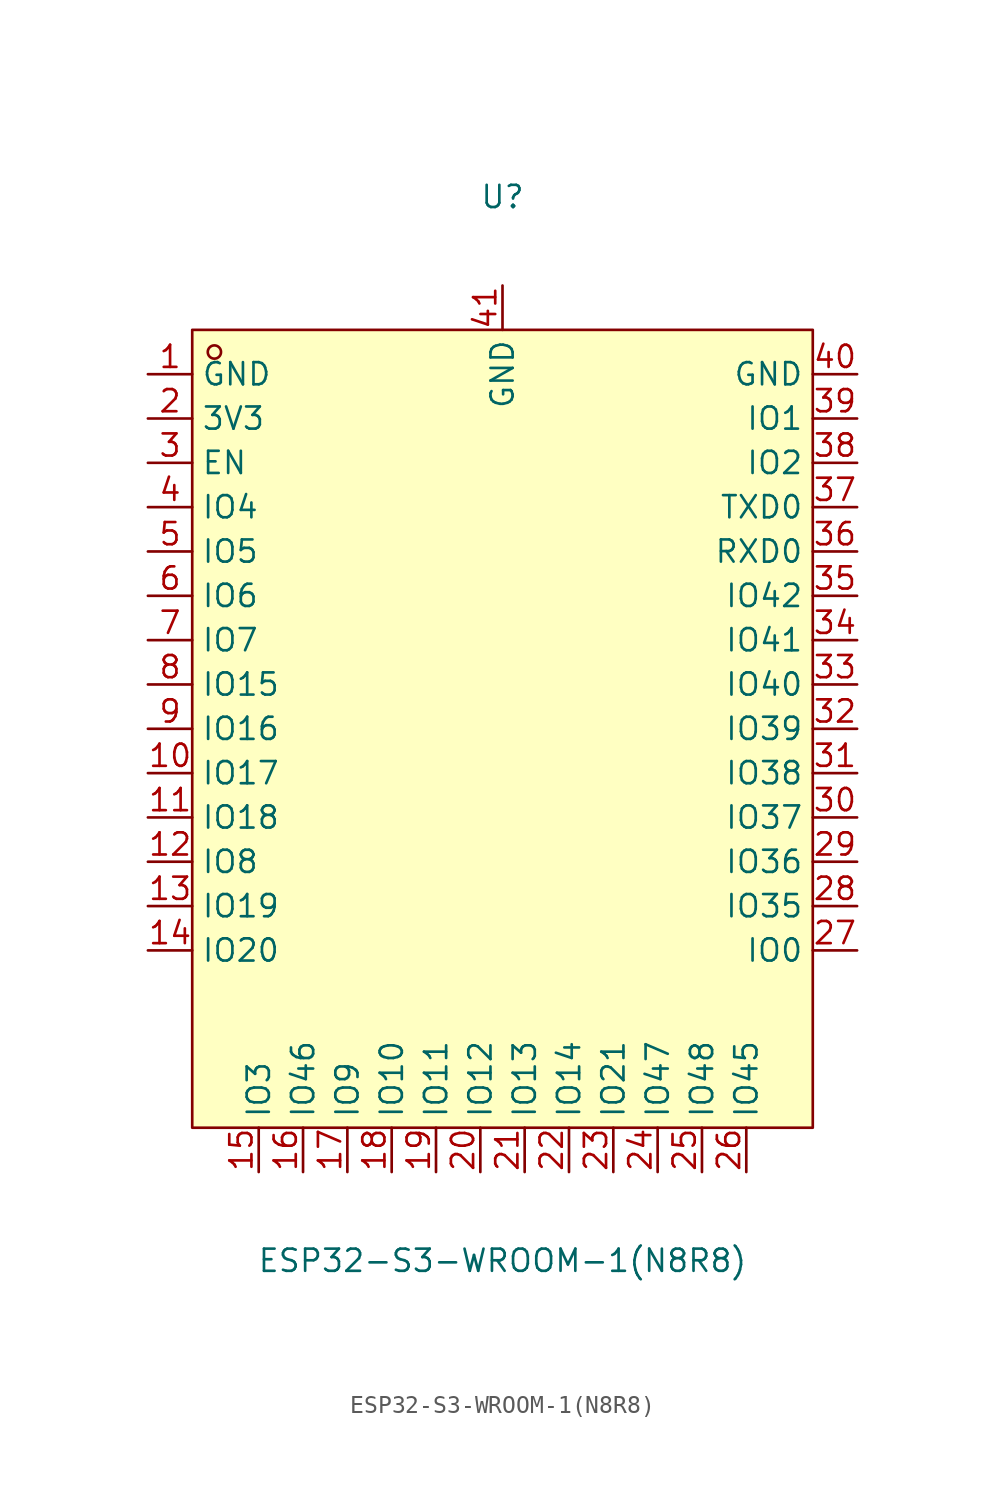
<source format=kicad_sym>
(kicad_symbol_lib
  (version 20211014)
  (generator https://github.com/uPesy/easyeda2kicad.py)
  (symbol "ESP32-S3-WROOM-1(N8R8)"
    (property "Reference" "U"
      (at 0 30.48 0)
      (effects (font (size 1.27 1.27))))
    (property "Value" "ESP32-S3-WROOM-1(N8R8)"
      (at 0 -30.48 0)
      (effects (font (size 1.27 1.27))))
    (symbol "ESP32-S3-WROOM-1(N8R8)_0_1"
      (rectangle (start -17.78 22.86) (end 17.78 -22.86) (stroke (width 0) (type default) (color 0 0 0 0)) (fill (type background)))
      (circle (center -16.51 21.59) (radius 0.38) (stroke (width 0) (type default) (color 0 0 0 0)) (fill (type none)))
      (pin unspecified line (at -20.32 20.32 0) (length 2.54) (name "GND" (effects (font (size 1.27 1.27)))) (number "1" (effects (font (size 1.27 1.27)))))
      (pin unspecified line (at -20.32 17.78 0) (length 2.54) (name "3V3" (effects (font (size 1.27 1.27)))) (number "2" (effects (font (size 1.27 1.27)))))
      (pin unspecified line (at -20.32 15.24 0) (length 2.54) (name "EN" (effects (font (size 1.27 1.27)))) (number "3" (effects (font (size 1.27 1.27)))))
      (pin unspecified line (at -20.32 12.70 0) (length 2.54) (name "IO4" (effects (font (size 1.27 1.27)))) (number "4" (effects (font (size 1.27 1.27)))))
      (pin unspecified line (at -20.32 10.16 0) (length 2.54) (name "IO5" (effects (font (size 1.27 1.27)))) (number "5" (effects (font (size 1.27 1.27)))))
      (pin unspecified line (at -20.32 7.62 0) (length 2.54) (name "IO6" (effects (font (size 1.27 1.27)))) (number "6" (effects (font (size 1.27 1.27)))))
      (pin unspecified line (at -20.32 5.08 0) (length 2.54) (name "IO7" (effects (font (size 1.27 1.27)))) (number "7" (effects (font (size 1.27 1.27)))))
      (pin unspecified line (at -20.32 2.54 0) (length 2.54) (name "IO15" (effects (font (size 1.27 1.27)))) (number "8" (effects (font (size 1.27 1.27)))))
      (pin unspecified line (at -20.32 -0.00 0) (length 2.54) (name "IO16" (effects (font (size 1.27 1.27)))) (number "9" (effects (font (size 1.27 1.27)))))
      (pin unspecified line (at -20.32 -2.54 0) (length 2.54) (name "IO17" (effects (font (size 1.27 1.27)))) (number "10" (effects (font (size 1.27 1.27)))))
      (pin unspecified line (at -20.32 -5.08 0) (length 2.54) (name "IO18" (effects (font (size 1.27 1.27)))) (number "11" (effects (font (size 1.27 1.27)))))
      (pin unspecified line (at -20.32 -7.62 0) (length 2.54) (name "IO8" (effects (font (size 1.27 1.27)))) (number "12" (effects (font (size 1.27 1.27)))))
      (pin unspecified line (at -20.32 -10.16 0) (length 2.54) (name "IO19" (effects (font (size 1.27 1.27)))) (number "13" (effects (font (size 1.27 1.27)))))
      (pin unspecified line (at -20.32 -12.70 0) (length 2.54) (name "IO20" (effects (font (size 1.27 1.27)))) (number "14" (effects (font (size 1.27 1.27)))))
      (pin unspecified line (at -13.97 -25.40 90) (length 2.54) (name "IO3" (effects (font (size 1.27 1.27)))) (number "15" (effects (font (size 1.27 1.27)))))
      (pin unspecified line (at -11.43 -25.40 90) (length 2.54) (name "IO46" (effects (font (size 1.27 1.27)))) (number "16" (effects (font (size 1.27 1.27)))))
      (pin unspecified line (at -8.89 -25.40 90) (length 2.54) (name "IO9" (effects (font (size 1.27 1.27)))) (number "17" (effects (font (size 1.27 1.27)))))
      (pin unspecified line (at -6.35 -25.40 90) (length 2.54) (name "IO10" (effects (font (size 1.27 1.27)))) (number "18" (effects (font (size 1.27 1.27)))))
      (pin unspecified line (at -3.81 -25.40 90) (length 2.54) (name "IO11" (effects (font (size 1.27 1.27)))) (number "19" (effects (font (size 1.27 1.27)))))
      (pin unspecified line (at -1.27 -25.40 90) (length 2.54) (name "IO12" (effects (font (size 1.27 1.27)))) (number "20" (effects (font (size 1.27 1.27)))))
      (pin unspecified line (at 1.27 -25.40 90) (length 2.54) (name "IO13" (effects (font (size 1.27 1.27)))) (number "21" (effects (font (size 1.27 1.27)))))
      (pin unspecified line (at 3.81 -25.40 90) (length 2.54) (name "IO14" (effects (font (size 1.27 1.27)))) (number "22" (effects (font (size 1.27 1.27)))))
      (pin unspecified line (at 6.35 -25.40 90) (length 2.54) (name "IO21" (effects (font (size 1.27 1.27)))) (number "23" (effects (font (size 1.27 1.27)))))
      (pin unspecified line (at 8.89 -25.40 90) (length 2.54) (name "IO47" (effects (font (size 1.27 1.27)))) (number "24" (effects (font (size 1.27 1.27)))))
      (pin unspecified line (at 11.43 -25.40 90) (length 2.54) (name "IO48" (effects (font (size 1.27 1.27)))) (number "25" (effects (font (size 1.27 1.27)))))
      (pin unspecified line (at 13.97 -25.40 90) (length 2.54) (name "IO45" (effects (font (size 1.27 1.27)))) (number "26" (effects (font (size 1.27 1.27)))))
      (pin unspecified line (at 20.32 -12.70 180) (length 2.54) (name "IO0" (effects (font (size 1.27 1.27)))) (number "27" (effects (font (size 1.27 1.27)))))
      (pin unspecified line (at 20.32 -10.16 180) (length 2.54) (name "IO35" (effects (font (size 1.27 1.27)))) (number "28" (effects (font (size 1.27 1.27)))))
      (pin unspecified line (at 20.32 -7.62 180) (length 2.54) (name "IO36" (effects (font (size 1.27 1.27)))) (number "29" (effects (font (size 1.27 1.27)))))
      (pin unspecified line (at 20.32 -5.08 180) (length 2.54) (name "IO37" (effects (font (size 1.27 1.27)))) (number "30" (effects (font (size 1.27 1.27)))))
      (pin unspecified line (at 20.32 -2.54 180) (length 2.54) (name "IO38" (effects (font (size 1.27 1.27)))) (number "31" (effects (font (size 1.27 1.27)))))
      (pin unspecified line (at 20.32 -0.00 180) (length 2.54) (name "IO39" (effects (font (size 1.27 1.27)))) (number "32" (effects (font (size 1.27 1.27)))))
      (pin unspecified line (at 20.32 2.54 180) (length 2.54) (name "IO40" (effects (font (size 1.27 1.27)))) (number "33" (effects (font (size 1.27 1.27)))))
      (pin unspecified line (at 20.32 5.08 180) (length 2.54) (name "IO41" (effects (font (size 1.27 1.27)))) (number "34" (effects (font (size 1.27 1.27)))))
      (pin unspecified line (at 20.32 7.62 180) (length 2.54) (name "IO42" (effects (font (size 1.27 1.27)))) (number "35" (effects (font (size 1.27 1.27)))))
      (pin unspecified line (at 20.32 10.16 180) (length 2.54) (name "RXD0" (effects (font (size 1.27 1.27)))) (number "36" (effects (font (size 1.27 1.27)))))
      (pin unspecified line (at 20.32 12.70 180) (length 2.54) (name "TXD0" (effects (font (size 1.27 1.27)))) (number "37" (effects (font (size 1.27 1.27)))))
      (pin unspecified line (at 20.32 15.24 180) (length 2.54) (name "IO2" (effects (font (size 1.27 1.27)))) (number "38" (effects (font (size 1.27 1.27)))))
      (pin unspecified line (at 20.32 17.78 180) (length 2.54) (name "IO1" (effects (font (size 1.27 1.27)))) (number "39" (effects (font (size 1.27 1.27)))))
      (pin unspecified line (at 20.32 20.32 180) (length 2.54) (name "GND" (effects (font (size 1.27 1.27)))) (number "40" (effects (font (size 1.27 1.27)))))
      (pin unspecified line (at 0.00 25.40 270) (length 2.54) (name "GND" (effects (font (size 1.27 1.27)))) (number "41" (effects (font (size 1.27 1.27))))))))
</source>
